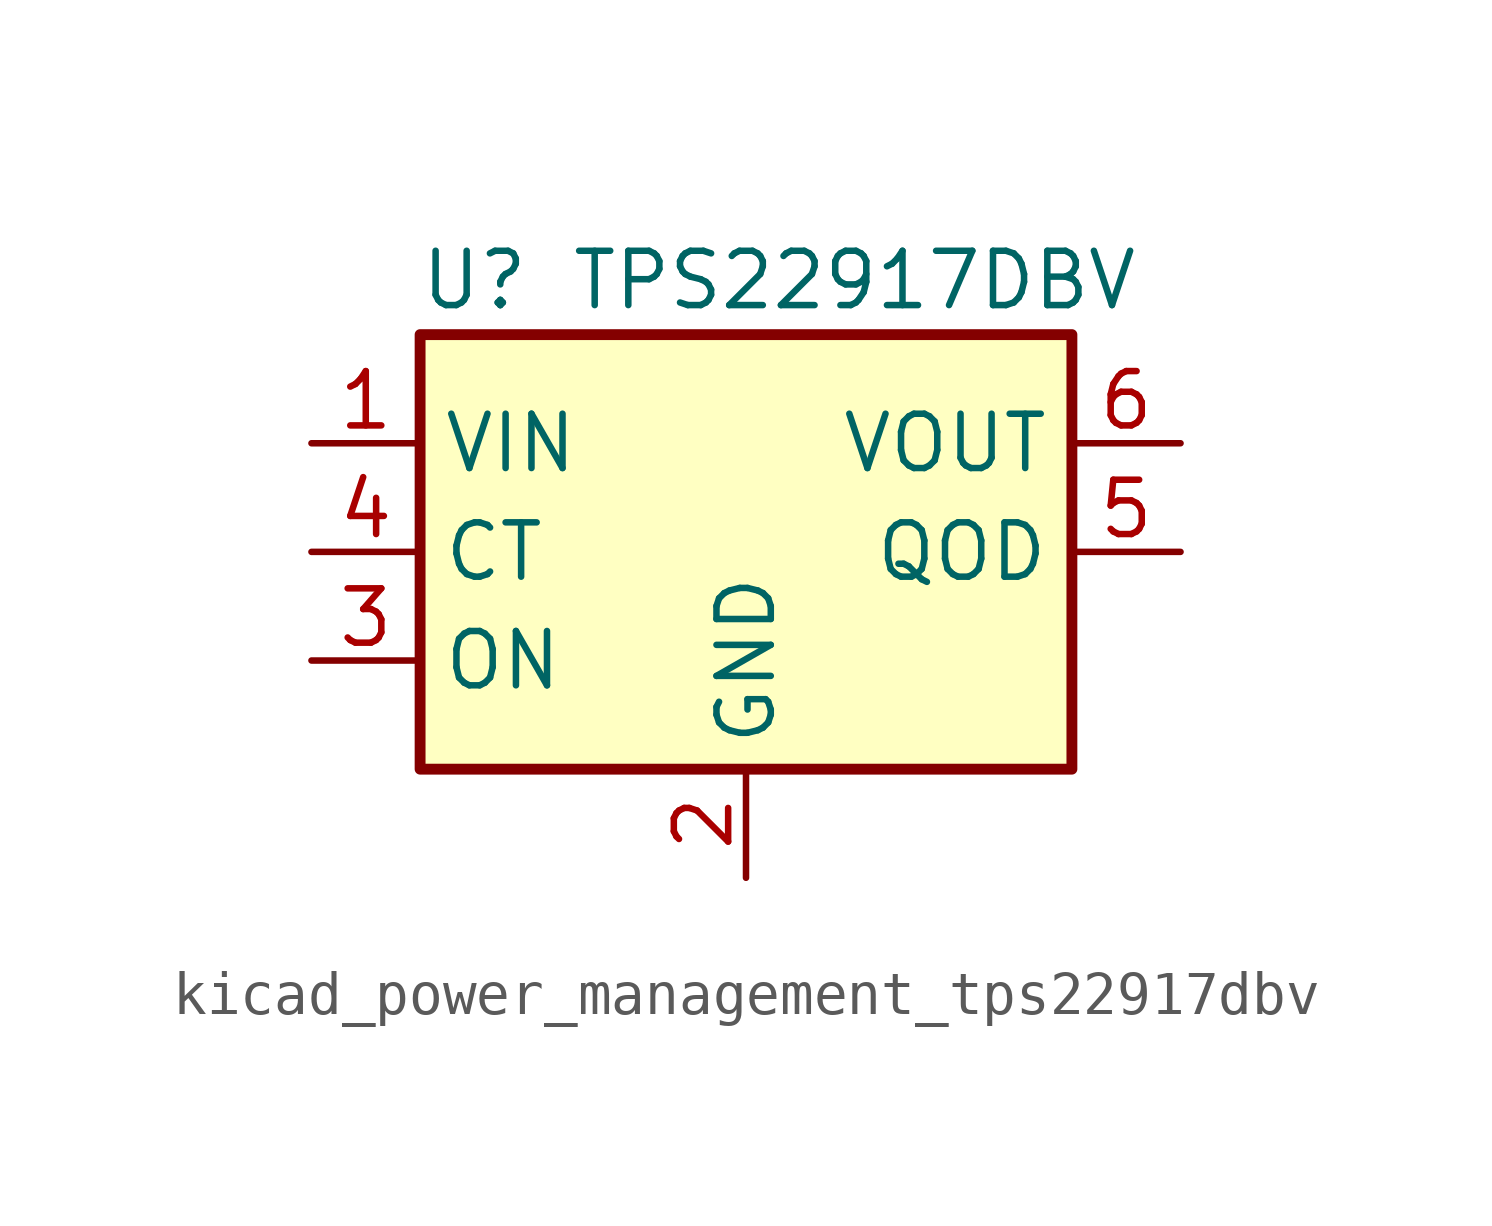
<source format=kicad_sym>
(kicad_symbol_lib
  (version 20220914)
  (generator kicad_symbol_editor)
  (symbol "kicad_power_management_tps22917dbv"
    (property "Reference" "U"
      (at -6.35 6.35 0)
      (effects (font (size 1.27 1.27))))
    (property "Value" "TPS22917DBV"
      (at 2.54 6.35 0)
      (effects (font (size 1.27 1.27))))
    (symbol "kicad_power_management_tps22917dbv_0_1"
      (rectangle (start -7.62 5.08) (end 7.62 -5.08) (stroke (width 0.254) (type default)) (fill (type background))))
    (symbol "kicad_power_management_tps22917dbv_1_1"
      (pin power_in line (at -10.16 2.54 0) (length 2.54) (name "VIN" (effects (font (size 1.27 1.27)))) (number "1" (effects (font (size 1.27 1.27)))))
      (pin power_in line (at 0 -7.62 90) (length 2.54) (name "GND" (effects (font (size 1.27 1.27)))) (number "2" (effects (font (size 1.27 1.27)))))
      (pin input line (at -10.16 -2.54 0) (length 2.54) (name "ON" (effects (font (size 1.27 1.27)))) (number "3" (effects (font (size 1.27 1.27)))))
      (pin output line (at -10.16 0 0) (length 2.54) (name "CT" (effects (font (size 1.27 1.27)))) (number "4" (effects (font (size 1.27 1.27)))))
      (pin open_collector line (at 10.16 0 180) (length 2.54) (name "QOD" (effects (font (size 1.27 1.27)))) (number "5" (effects (font (size 1.27 1.27)))))
      (pin power_out line (at 10.16 2.54 180) (length 2.54) (name "VOUT" (effects (font (size 1.27 1.27)))) (number "6" (effects (font (size 1.27 1.27))))))))
</source>
